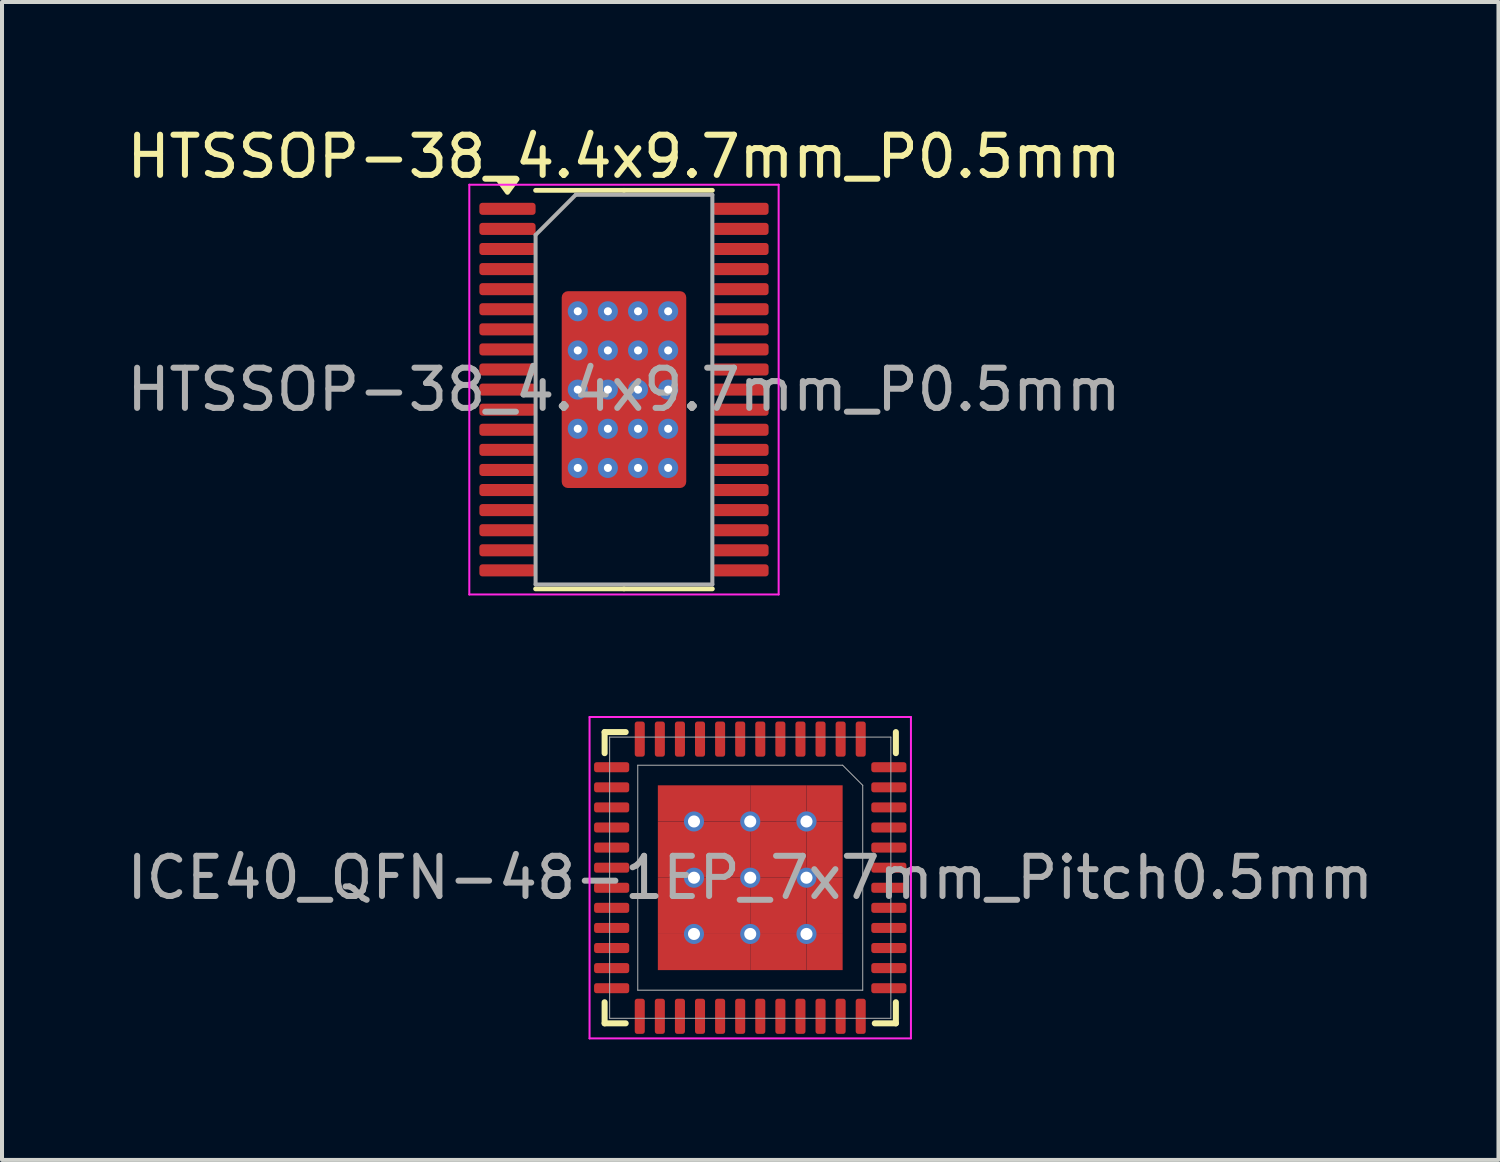
<source format=kicad_pcb>
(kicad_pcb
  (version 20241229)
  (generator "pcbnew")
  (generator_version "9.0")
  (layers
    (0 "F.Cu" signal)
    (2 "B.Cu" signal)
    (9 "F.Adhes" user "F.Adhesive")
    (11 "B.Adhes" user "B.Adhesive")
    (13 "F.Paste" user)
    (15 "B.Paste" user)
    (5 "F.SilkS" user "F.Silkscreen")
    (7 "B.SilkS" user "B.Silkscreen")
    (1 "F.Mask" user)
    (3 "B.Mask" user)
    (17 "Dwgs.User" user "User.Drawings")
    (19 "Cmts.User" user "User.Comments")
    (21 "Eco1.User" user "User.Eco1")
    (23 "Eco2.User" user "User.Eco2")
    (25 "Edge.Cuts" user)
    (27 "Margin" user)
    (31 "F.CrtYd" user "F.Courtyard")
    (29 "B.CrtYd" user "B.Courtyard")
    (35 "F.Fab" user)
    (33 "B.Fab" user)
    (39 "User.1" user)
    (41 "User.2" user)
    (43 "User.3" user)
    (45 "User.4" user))
  (footprint "ICE40_QFN-48-1EP_7x7mm_Pitch0.5mm"
    (layer "F.Cu")
    (at 15.625 18.798)
    (property "Reference" "ICE40_QFN-48-1EP_7x7mm_Pitch0.5mm" (at 0 0 0) (layer "F.Fab") (effects (font (size 1 1) (thickness 0.15))))
    (attr smd)
    (fp_line (start -3.625 -3.625) (end -3.625 -3.1) (stroke (width 0.15) (type solid)) (layer "F.SilkS"))
    (fp_line (start -3.625 -3.625) (end -3.1 -3.625) (stroke (width 0.15) (type solid)) (layer "F.SilkS"))
    (fp_line (start -3.625 3.625) (end -3.625 3.1) (stroke (width 0.15) (type solid)) (layer "F.SilkS"))
    (fp_line (start -3.625 3.625) (end -3.1 3.625) (stroke (width 0.15) (type solid)) (layer "F.SilkS"))
    (fp_line (start 3.625 -3.625) (end 3.625 -3.1) (stroke (width 0.15) (type solid)) (layer "F.SilkS"))
    (fp_line (start 3.625 3.625) (end 3.1 3.625) (stroke (width 0.15) (type solid)) (layer "F.SilkS"))
    (fp_line (start 3.625 3.625) (end 3.625 3.1) (stroke (width 0.15) (type solid)) (layer "F.SilkS"))
    (fp_line (start -4 -4) (end -4 4) (stroke (width 0.05) (type solid)) (layer "F.CrtYd"))
    (fp_line (start 4 -4) (end -4 -4) (stroke (width 0.05) (type solid)) (layer "F.CrtYd"))
    (fp_line (start 4 -4) (end 4 4) (stroke (width 0.05) (type solid)) (layer "F.CrtYd"))
    (fp_line (start 4 4) (end -4 4) (stroke (width 0.05) (type solid)) (layer "F.CrtYd"))
    (fp_line (start -3.5 -3.5) (end -3.5 3.5) (stroke (width 0.025) (type solid)) (layer "F.Fab"))
    (fp_line (start -3.5 3.5) (end 3.5 3.5) (stroke (width 0.025) (type solid)) (layer "F.Fab"))
    (fp_line (start -2.8 -2.8) (end 2.3 -2.8) (stroke (width 0.025) (type solid)) (layer "F.Fab"))
    (fp_line (start -2.8 2.8) (end -2.8 -2.8) (stroke (width 0.025) (type solid)) (layer "F.Fab"))
    (fp_line (start 2.3 -2.8) (end 2.8 -2.3) (stroke (width 0.025) (type solid)) (layer "F.Fab"))
    (fp_line (start 2.8 -2.3) (end 2.8 2.8) (stroke (width 0.025) (type solid)) (layer "F.Fab"))
    (fp_line (start 2.8 2.8) (end -2.8 2.8) (stroke (width 0.025) (type solid)) (layer "F.Fab"))
    (fp_line (start 3.5 -3.5) (end -3.5 -3.5) (stroke (width 0.025) (type solid)) (layer "F.Fab"))
    (fp_line (start 3.5 3.5) (end 3.5 -3.5) (stroke (width 0.025) (type solid)) (layer "F.Fab"))
    (pad "1" smd roundrect (at 2.75 -3.45 270) (size 0.875 0.25) (layers "F.Cu" "F.Mask" "F.Paste") (roundrect_rratio 0.25))
    (pad "2" smd roundrect (at 2.25 -3.45 270) (size 0.875 0.25) (layers "F.Cu" "F.Mask" "F.Paste") (roundrect_rratio 0.25))
    (pad "3" smd roundrect (at 1.75 -3.45 270) (size 0.875 0.25) (layers "F.Cu" "F.Mask" "F.Paste") (roundrect_rratio 0.25))
    (pad "4" smd roundrect (at 1.25 -3.45 270) (size 0.875 0.25) (layers "F.Cu" "F.Mask" "F.Paste") (roundrect_rratio 0.25))
    (pad "5" smd roundrect (at 0.75 -3.45 270) (size 0.875 0.25) (layers "F.Cu" "F.Mask" "F.Paste") (roundrect_rratio 0.25))
    (pad "6" smd roundrect (at 0.25 -3.45 270) (size 0.875 0.25) (layers "F.Cu" "F.Mask" "F.Paste") (roundrect_rratio 0.25))
    (pad "7" smd roundrect (at -0.25 -3.45 270) (size 0.875 0.25) (layers "F.Cu" "F.Mask" "F.Paste") (roundrect_rratio 0.25))
    (pad "8" smd roundrect (at -0.75 -3.45 270) (size 0.875 0.25) (layers "F.Cu" "F.Mask" "F.Paste") (roundrect_rratio 0.25))
    (pad "9" smd roundrect (at -1.25 -3.45 270) (size 0.875 0.25) (layers "F.Cu" "F.Mask" "F.Paste") (roundrect_rratio 0.25))
    (pad "10" smd roundrect (at -1.75 -3.45 270) (size 0.875 0.25) (layers "F.Cu" "F.Mask" "F.Paste") (roundrect_rratio 0.25))
    (pad "11" smd roundrect (at -2.25 -3.45 270) (size 0.875 0.25) (layers "F.Cu" "F.Mask" "F.Paste") (roundrect_rratio 0.25))
    (pad "12" smd roundrect (at -2.75 -3.45 270) (size 0.875 0.25) (layers "F.Cu" "F.Mask" "F.Paste") (roundrect_rratio 0.25))
    (pad "13" smd roundrect (at -3.45 -2.75) (size 0.875 0.25) (layers "F.Cu" "F.Mask" "F.Paste") (roundrect_rratio 0.25))
    (pad "14" smd roundrect (at -3.45 -2.25) (size 0.875 0.25) (layers "F.Cu" "F.Mask" "F.Paste") (roundrect_rratio 0.25))
    (pad "15" smd roundrect (at -3.45 -1.75) (size 0.875 0.25) (layers "F.Cu" "F.Mask" "F.Paste") (roundrect_rratio 0.25))
    (pad "16" smd roundrect (at -3.45 -1.25) (size 0.875 0.25) (layers "F.Cu" "F.Mask" "F.Paste") (roundrect_rratio 0.25))
    (pad "17" smd roundrect (at -3.45 -0.75) (size 0.875 0.25) (layers "F.Cu" "F.Mask" "F.Paste") (roundrect_rratio 0.25))
    (pad "18" smd roundrect (at -3.45 -0.25) (size 0.875 0.25) (layers "F.Cu" "F.Mask" "F.Paste") (roundrect_rratio 0.25))
    (pad "19" smd roundrect (at -3.45 0.25) (size 0.875 0.25) (layers "F.Cu" "F.Mask" "F.Paste") (roundrect_rratio 0.25))
    (pad "20" smd roundrect (at -3.45 0.75) (size 0.875 0.25) (layers "F.Cu" "F.Mask" "F.Paste") (roundrect_rratio 0.25))
    (pad "21" smd roundrect (at -3.45 1.25) (size 0.875 0.25) (layers "F.Cu" "F.Mask" "F.Paste") (roundrect_rratio 0.25))
    (pad "22" smd roundrect (at -3.45 1.75) (size 0.875 0.25) (layers "F.Cu" "F.Mask" "F.Paste") (roundrect_rratio 0.25))
    (pad "23" smd roundrect (at -3.45 2.25) (size 0.875 0.25) (layers "F.Cu" "F.Mask" "F.Paste") (roundrect_rratio 0.25))
    (pad "24" smd roundrect (at -3.45 2.75) (size 0.875 0.25) (layers "F.Cu" "F.Mask" "F.Paste") (roundrect_rratio 0.25))
    (pad "25" smd roundrect (at -2.75 3.45 270) (size 0.875 0.25) (layers "F.Cu" "F.Mask" "F.Paste") (roundrect_rratio 0.25))
    (pad "26" smd roundrect (at -2.25 3.45 270) (size 0.875 0.25) (layers "F.Cu" "F.Mask" "F.Paste") (roundrect_rratio 0.25))
    (pad "27" smd roundrect (at -1.75 3.45 270) (size 0.875 0.25) (layers "F.Cu" "F.Mask" "F.Paste") (roundrect_rratio 0.25))
    (pad "28" smd roundrect (at -1.25 3.45 270) (size 0.875 0.25) (layers "F.Cu" "F.Mask" "F.Paste") (roundrect_rratio 0.25))
    (pad "29" smd roundrect (at -0.75 3.45 270) (size 0.875 0.25) (layers "F.Cu" "F.Mask" "F.Paste") (roundrect_rratio 0.25))
    (pad "30" smd roundrect (at -0.25 3.45 270) (size 0.875 0.25) (layers "F.Cu" "F.Mask" "F.Paste") (roundrect_rratio 0.25))
    (pad "31" smd roundrect (at 0.25 3.45 270) (size 0.875 0.25) (layers "F.Cu" "F.Mask" "F.Paste") (roundrect_rratio 0.25))
    (pad "32" smd roundrect (at 0.75 3.45 270) (size 0.875 0.25) (layers "F.Cu" "F.Mask" "F.Paste") (roundrect_rratio 0.25))
    (pad "33" smd roundrect (at 1.25 3.45 270) (size 0.875 0.25) (layers "F.Cu" "F.Mask" "F.Paste") (roundrect_rratio 0.25))
    (pad "34" smd roundrect (at 1.75 3.45 270) (size 0.875 0.25) (layers "F.Cu" "F.Mask" "F.Paste") (roundrect_rratio 0.25))
    (pad "35" smd roundrect (at 2.25 3.45 270) (size 0.875 0.25) (layers "F.Cu" "F.Mask" "F.Paste") (roundrect_rratio 0.25))
    (pad "36" smd roundrect (at 2.75 3.45 270) (size 0.875 0.25) (layers "F.Cu" "F.Mask" "F.Paste") (roundrect_rratio 0.25))
    (pad "37" smd roundrect (at 3.45 2.75) (size 0.875 0.25) (layers "F.Cu" "F.Mask" "F.Paste") (roundrect_rratio 0.25))
    (pad "38" smd roundrect (at 3.45 2.25) (size 0.875 0.25) (layers "F.Cu" "F.Mask" "F.Paste") (roundrect_rratio 0.25))
    (pad "39" smd roundrect (at 3.45 1.75) (size 0.875 0.25) (layers "F.Cu" "F.Mask" "F.Paste") (roundrect_rratio 0.25))
    (pad "40" smd roundrect (at 3.45 1.25) (size 0.875 0.25) (layers "F.Cu" "F.Mask" "F.Paste") (roundrect_rratio 0.25))
    (pad "41" smd roundrect (at 3.45 0.75) (size 0.875 0.25) (layers "F.Cu" "F.Mask" "F.Paste") (roundrect_rratio 0.25))
    (pad "42" smd roundrect (at 3.45 0.25) (size 0.875 0.25) (layers "F.Cu" "F.Mask" "F.Paste") (roundrect_rratio 0.25))
    (pad "43" smd roundrect (at 3.45 -0.25) (size 0.875 0.25) (layers "F.Cu" "F.Mask" "F.Paste") (roundrect_rratio 0.25))
    (pad "44" smd roundrect (at 3.45 -0.75) (size 0.875 0.25) (layers "F.Cu" "F.Mask" "F.Paste") (roundrect_rratio 0.25))
    (pad "45" smd roundrect (at 3.45 -1.25) (size 0.875 0.25) (layers "F.Cu" "F.Mask" "F.Paste") (roundrect_rratio 0.25))
    (pad "46" smd roundrect (at 3.45 -1.75) (size 0.875 0.25) (layers "F.Cu" "F.Mask" "F.Paste") (roundrect_rratio 0.25))
    (pad "47" smd roundrect (at 3.45 -2.25) (size 0.875 0.25) (layers "F.Cu" "F.Mask" "F.Paste") (roundrect_rratio 0.25))
    (pad "48" smd roundrect (at 3.45 -2.75) (size 0.875 0.25) (layers "F.Cu" "F.Mask" "F.Paste") (roundrect_rratio 0.25))
    (pad "49" smd rect (at -1.85 -1.85 270) (size 0.9 0.9) (layers "F.Cu" "F.Mask" "F.Paste"))
    (pad "49" smd rect (at -1.85 -0.7) (size 0.9 1.4) (layers "F.Cu" "F.Mask" "F.Paste"))
    (pad "49" smd rect (at -1.85 0.7) (size 0.9 1.4) (layers "F.Cu" "F.Mask" "F.Paste"))
    (pad "49" smd rect (at -1.85 1.85) (size 0.9 0.9) (layers "F.Cu" "F.Mask" "F.Paste"))
    (pad "49" thru_hole circle (at -1.4 -1.4 270) (size 0.5 0.5) (drill 0.3) (layers "*.Cu"))
    (pad "49" thru_hole circle (at -1.4 1.4 270) (size 0.5 0.5) (drill 0.3) (layers "*.Cu"))
    (pad "49" thru_hole circle (at -1.4 0 270) (size 0.5 0.5) (drill 0.3) (layers "*.Cu"))
    (pad "49" smd rect (at -0.7 -1.85) (size 1.4 0.9) (layers "F.Cu" "F.Mask" "F.Paste"))
    (pad "49" smd rect (at -0.7 -0.7 270) (size 1.4 1.4) (layers "F.Cu" "F.Mask" "F.Paste"))
    (pad "49" smd rect (at -0.7 0.7 270) (size 1.4 1.4) (layers "F.Cu" "F.Mask" "F.Paste"))
    (pad "49" smd rect (at -0.7 1.85) (size 1.4 0.9) (layers "F.Cu" "F.Mask" "F.Paste"))
    (pad "49" thru_hole circle (at 0 -1.4 270) (size 0.5 0.5) (drill 0.3) (layers "*.Cu"))
    (pad "49" thru_hole circle (at 0 0 270) (size 0.5 0.5) (drill 0.3) (layers "*.Cu"))
    (pad "49" thru_hole circle (at 0 1.4 270) (size 0.5 0.5) (drill 0.3) (layers "*.Cu"))
    (pad "49" smd rect (at 0.7 -1.85) (size 1.4 0.9) (layers "F.Cu" "F.Mask" "F.Paste"))
    (pad "49" smd rect (at 0.7 -0.7 270) (size 1.4 1.4) (layers "F.Cu" "F.Mask" "F.Paste"))
    (pad "49" smd rect (at 0.7 0.7 270) (size 1.4 1.4) (layers "F.Cu" "F.Mask" "F.Paste"))
    (pad "49" smd rect (at 0.7 1.85) (size 1.4 0.9) (layers "F.Cu" "F.Mask" "F.Paste"))
    (pad "49" thru_hole circle (at 1.4 0 270) (size 0.5 0.5) (drill 0.3) (layers "*.Cu"))
    (pad "49" thru_hole circle (at 1.4 -1.4 270) (size 0.5 0.5) (drill 0.3) (layers "*.Cu"))
    (pad "49" thru_hole circle (at 1.4 1.4 270) (size 0.5 0.5) (drill 0.3) (layers "*.Cu"))
    (pad "49" smd rect (at 1.85 -1.85) (size 0.9 0.9) (layers "F.Cu" "F.Mask" "F.Paste"))
    (pad "49" smd rect (at 1.85 -0.7) (size 0.9 1.4) (layers "F.Cu" "F.Mask" "F.Paste"))
    (pad "49" smd rect (at 1.85 0.7) (size 0.9 1.4) (layers "F.Cu" "F.Mask" "F.Paste"))
    (pad "49" smd rect (at 1.85 1.85) (size 0.9 0.9) (layers "F.Cu" "F.Mask" "F.Paste")))
  (footprint "HTSSOP-38_4.4x9.7mm_P0.5mm"
    (layer "F.Cu")
    (at 12.482 6.648)
    (property "Reference" "HTSSOP-38_4.4x9.7mm_P0.5mm" (at 0 -5.8 0) (layer "F.SilkS") (effects (font (size 1 1) (thickness 0.15))))
    (attr smd)
    (fp_line (start 0 -4.96) (end -2.2 -4.96) (stroke (width 0.12) (type solid)) (layer "F.SilkS"))
    (fp_line (start 0 -4.96) (end 2.2 -4.96) (stroke (width 0.12) (type solid)) (layer "F.SilkS"))
    (fp_line (start 0 4.96) (end -2.2 4.96) (stroke (width 0.12) (type solid)) (layer "F.SilkS"))
    (fp_line (start 0 4.96) (end 2.2 4.96) (stroke (width 0.12) (type solid)) (layer "F.SilkS"))
    (fp_poly (pts (xy -2.9 -4.91) (xy -3.14 -5.24) (xy -2.66 -5.24) (xy -2.9 -4.91)) (stroke (width 0.12) (type solid)) (fill yes) (layer "F.SilkS"))
    (fp_line (start -3.85 -5.1) (end -3.85 5.1) (stroke (width 0.05) (type solid)) (layer "F.CrtYd"))
    (fp_line (start -3.85 5.1) (end 3.85 5.1) (stroke (width 0.05) (type solid)) (layer "F.CrtYd"))
    (fp_line (start 3.85 -5.1) (end -3.85 -5.1) (stroke (width 0.05) (type solid)) (layer "F.CrtYd"))
    (fp_line (start 3.85 5.1) (end 3.85 -5.1) (stroke (width 0.05) (type solid)) (layer "F.CrtYd"))
    (fp_line (start -2.2 -3.85) (end -1.2 -4.85) (stroke (width 0.1) (type solid)) (layer "F.Fab"))
    (fp_line (start -2.2 4.85) (end -2.2 -3.85) (stroke (width 0.1) (type solid)) (layer "F.Fab"))
    (fp_line (start -1.2 -4.85) (end 2.2 -4.85) (stroke (width 0.1) (type solid)) (layer "F.Fab"))
    (fp_line (start 2.2 -4.85) (end 2.2 4.85) (stroke (width 0.1) (type solid)) (layer "F.Fab"))
    (fp_line (start 2.2 4.85) (end -2.2 4.85) (stroke (width 0.1) (type solid)) (layer "F.Fab"))
    (fp_text user "${REFERENCE}" (at 0 0 0) (layer "F.Fab") (effects (font (size 1 1) (thickness 0.15))))
    (pad "" smd roundrect (at -0.7 -1.5 90) (size 0.75 1.05) (property pad_prop_heatsink) (layers "F.Paste") (roundrect_rratio 0.05))
    (pad "" smd roundrect (at -0.7 -0.4 90) (size 0.75 1.05) (property pad_prop_heatsink) (layers "F.Paste") (roundrect_rratio 0.05))
    (pad "" smd roundrect (at -0.7 0.5 90) (size 0.75 1.05) (property pad_prop_heatsink) (layers "F.Paste") (roundrect_rratio 0.05))
    (pad "" smd roundrect (at -0.7 1.5 90) (size 0.75 1.05) (property pad_prop_heatsink) (layers "F.Paste") (roundrect_rratio 0.05))
    (pad "" smd roundrect (at 0.7 -1.5 90) (size 0.75 1.05) (property pad_prop_heatsink) (layers "F.Paste") (roundrect_rratio 0.05))
    (pad "" smd roundrect (at 0.7 -0.4 90) (size 0.75 1.05) (property pad_prop_heatsink) (layers "F.Paste") (roundrect_rratio 0.05))
    (pad "" smd roundrect (at 0.7 0.5 90) (size 0.75 1.05) (property pad_prop_heatsink) (layers "F.Paste") (roundrect_rratio 0.05))
    (pad "" smd roundrect (at 0.7 1.5 90) (size 0.75 1.05) (property pad_prop_heatsink) (layers "F.Paste") (roundrect_rratio 0.05))
    (pad "1" smd roundrect (at -2.9 -4.5) (size 1.4 0.3) (layers "F.Cu" "F.Mask" "F.Paste") (roundrect_rratio 0.25))
    (pad "2" smd roundrect (at -2.9 -4) (size 1.4 0.3) (layers "F.Cu" "F.Mask" "F.Paste") (roundrect_rratio 0.25))
    (pad "3" smd roundrect (at -2.9 -3.5) (size 1.4 0.3) (layers "F.Cu" "F.Mask" "F.Paste") (roundrect_rratio 0.25))
    (pad "4" smd roundrect (at -2.9 -3) (size 1.4 0.3) (layers "F.Cu" "F.Mask" "F.Paste") (roundrect_rratio 0.25))
    (pad "5" smd roundrect (at -2.9 -2.5) (size 1.4 0.3) (layers "F.Cu" "F.Mask" "F.Paste") (roundrect_rratio 0.25))
    (pad "6" smd roundrect (at -2.9 -2) (size 1.4 0.3) (layers "F.Cu" "F.Mask" "F.Paste") (roundrect_rratio 0.25))
    (pad "7" smd roundrect (at -2.9 -1.5) (size 1.4 0.3) (layers "F.Cu" "F.Mask" "F.Paste") (roundrect_rratio 0.25))
    (pad "8" smd roundrect (at -2.9 -1) (size 1.4 0.3) (layers "F.Cu" "F.Mask" "F.Paste") (roundrect_rratio 0.25))
    (pad "9" smd roundrect (at -2.9 -0.5) (size 1.4 0.3) (layers "F.Cu" "F.Mask" "F.Paste") (roundrect_rratio 0.25))
    (pad "10" smd roundrect (at -2.9 0) (size 1.4 0.3) (layers "F.Cu" "F.Mask" "F.Paste") (roundrect_rratio 0.25))
    (pad "11" smd roundrect (at -2.9 0.5) (size 1.4 0.3) (layers "F.Cu" "F.Mask" "F.Paste") (roundrect_rratio 0.25))
    (pad "12" smd roundrect (at -2.9 1) (size 1.4 0.3) (layers "F.Cu" "F.Mask" "F.Paste") (roundrect_rratio 0.25))
    (pad "13" smd roundrect (at -2.9 1.5) (size 1.4 0.3) (layers "F.Cu" "F.Mask" "F.Paste") (roundrect_rratio 0.25))
    (pad "14" smd roundrect (at -2.9 2) (size 1.4 0.3) (layers "F.Cu" "F.Mask" "F.Paste") (roundrect_rratio 0.25))
    (pad "15" smd roundrect (at -2.9 2.5) (size 1.4 0.3) (layers "F.Cu" "F.Mask" "F.Paste") (roundrect_rratio 0.25))
    (pad "16" smd roundrect (at -2.9 3) (size 1.4 0.3) (layers "F.Cu" "F.Mask" "F.Paste") (roundrect_rratio 0.25))
    (pad "17" smd roundrect (at -2.9 3.5) (size 1.4 0.3) (layers "F.Cu" "F.Mask" "F.Paste") (roundrect_rratio 0.25))
    (pad "18" smd roundrect (at -2.9 4) (size 1.4 0.3) (layers "F.Cu" "F.Mask" "F.Paste") (roundrect_rratio 0.25))
    (pad "19" smd roundrect (at -2.9 4.5) (size 1.4 0.3) (layers "F.Cu" "F.Mask" "F.Paste") (roundrect_rratio 0.25))
    (pad "20" smd roundrect (at 2.9 4.5) (size 1.4 0.3) (layers "F.Cu" "F.Mask" "F.Paste") (roundrect_rratio 0.25))
    (pad "21" smd roundrect (at 2.9 4) (size 1.4 0.3) (layers "F.Cu" "F.Mask" "F.Paste") (roundrect_rratio 0.25))
    (pad "22" smd roundrect (at 2.9 3.5) (size 1.4 0.3) (layers "F.Cu" "F.Mask" "F.Paste") (roundrect_rratio 0.25))
    (pad "23" smd roundrect (at 2.9 3) (size 1.4 0.3) (layers "F.Cu" "F.Mask" "F.Paste") (roundrect_rratio 0.25))
    (pad "24" smd roundrect (at 2.9 2.5) (size 1.4 0.3) (layers "F.Cu" "F.Mask" "F.Paste") (roundrect_rratio 0.25))
    (pad "25" smd roundrect (at 2.9 2) (size 1.4 0.3) (layers "F.Cu" "F.Mask" "F.Paste") (roundrect_rratio 0.25))
    (pad "26" smd roundrect (at 2.9 1.5) (size 1.4 0.3) (layers "F.Cu" "F.Mask" "F.Paste") (roundrect_rratio 0.25))
    (pad "27" smd roundrect (at 2.9 1) (size 1.4 0.3) (layers "F.Cu" "F.Mask" "F.Paste") (roundrect_rratio 0.25))
    (pad "28" smd roundrect (at 2.9 0.5) (size 1.4 0.3) (layers "F.Cu" "F.Mask" "F.Paste") (roundrect_rratio 0.25))
    (pad "29" smd roundrect (at 2.9 0) (size 1.4 0.3) (layers "F.Cu" "F.Mask" "F.Paste") (roundrect_rratio 0.25))
    (pad "30" smd roundrect (at 2.9 -0.5) (size 1.4 0.3) (layers "F.Cu" "F.Mask" "F.Paste") (roundrect_rratio 0.25))
    (pad "31" smd roundrect (at 2.9 -1) (size 1.4 0.3) (layers "F.Cu" "F.Mask" "F.Paste") (roundrect_rratio 0.25))
    (pad "32" smd roundrect (at 2.9 -1.5) (size 1.4 0.3) (layers "F.Cu" "F.Mask" "F.Paste") (roundrect_rratio 0.25))
    (pad "33" smd roundrect (at 2.9 -2) (size 1.4 0.3) (layers "F.Cu" "F.Mask" "F.Paste") (roundrect_rratio 0.25))
    (pad "34" smd roundrect (at 2.9 -2.5) (size 1.4 0.3) (layers "F.Cu" "F.Mask" "F.Paste") (roundrect_rratio 0.25))
    (pad "35" smd roundrect (at 2.9 -3) (size 1.4 0.3) (layers "F.Cu" "F.Mask" "F.Paste") (roundrect_rratio 0.25))
    (pad "36" smd roundrect (at 2.9 -3.5) (size 1.4 0.3) (layers "F.Cu" "F.Mask" "F.Paste") (roundrect_rratio 0.25))
    (pad "37" smd roundrect (at 2.9 -4) (size 1.4 0.3) (layers "F.Cu" "F.Mask" "F.Paste") (roundrect_rratio 0.25))
    (pad "38" smd roundrect (at 2.9 -4.5) (size 1.4 0.3) (layers "F.Cu" "F.Mask" "F.Paste") (roundrect_rratio 0.25))
    (pad "39" thru_hole circle (at -1.15 -1.95) (size 0.5 0.5) (drill 0.2) (property pad_prop_heatsink) (layers "*.Cu"))
    (pad "39" thru_hole circle (at -1.15 -0.975) (size 0.5 0.5) (drill 0.2) (property pad_prop_heatsink) (layers "*.Cu"))
    (pad "39" thru_hole circle (at -1.15 0) (size 0.5 0.5) (drill 0.2) (property pad_prop_heatsink) (layers "*.Cu"))
    (pad "39" thru_hole circle (at -1.15 0.975) (size 0.5 0.5) (drill 0.2) (property pad_prop_heatsink) (layers "*.Cu"))
    (pad "39" thru_hole circle (at -1.15 1.95) (size 0.5 0.5) (drill 0.2) (property pad_prop_heatsink) (layers "*.Cu"))
    (pad "39" thru_hole circle (at -0.4 -1.95) (size 0.5 0.5) (drill 0.2) (property pad_prop_heatsink) (layers "*.Cu"))
    (pad "39" thru_hole circle (at -0.4 -0.975) (size 0.5 0.5) (drill 0.2) (property pad_prop_heatsink) (layers "*.Cu"))
    (pad "39" thru_hole circle (at -0.4 0) (size 0.5 0.5) (drill 0.2) (property pad_prop_heatsink) (layers "*.Cu"))
    (pad "39" thru_hole circle (at -0.4 0.975) (size 0.5 0.5) (drill 0.2) (property pad_prop_heatsink) (layers "*.Cu"))
    (pad "39" thru_hole circle (at -0.4 1.95) (size 0.5 0.5) (drill 0.2) (property pad_prop_heatsink) (layers "*.Cu"))
    (pad "39" smd roundrect (at 0 0) (size 3.1 4.9) (property pad_prop_heatsink) (layers "F.Cu" "F.Mask") (roundrect_rratio 0.05))
    (pad "39" thru_hole circle (at 0.35 -1.95) (size 0.5 0.5) (drill 0.2) (property pad_prop_heatsink) (layers "*.Cu"))
    (pad "39" thru_hole circle (at 0.35 -0.975) (size 0.5 0.5) (drill 0.2) (property pad_prop_heatsink) (layers "*.Cu"))
    (pad "39" thru_hole circle (at 0.35 0) (size 0.5 0.5) (drill 0.2) (property pad_prop_heatsink) (layers "*.Cu"))
    (pad "39" thru_hole circle (at 0.35 0.975) (size 0.5 0.5) (drill 0.2) (property pad_prop_heatsink) (layers "*.Cu"))
    (pad "39" thru_hole circle (at 0.35 1.95) (size 0.5 0.5) (drill 0.2) (property pad_prop_heatsink) (layers "*.Cu"))
    (pad "39" thru_hole circle (at 1.1 -1.95) (size 0.5 0.5) (drill 0.2) (property pad_prop_heatsink) (layers "*.Cu"))
    (pad "39" thru_hole circle (at 1.1 -0.975) (size 0.5 0.5) (drill 0.2) (property pad_prop_heatsink) (layers "*.Cu"))
    (pad "39" thru_hole circle (at 1.1 0) (size 0.5 0.5) (drill 0.2) (property pad_prop_heatsink) (layers "*.Cu"))
    (pad "39" thru_hole circle (at 1.1 0.975) (size 0.5 0.5) (drill 0.2) (property pad_prop_heatsink) (layers "*.Cu"))
    (pad "39" thru_hole circle (at 1.1 1.95) (size 0.5 0.5) (drill 0.2) (property pad_prop_heatsink) (layers "*.Cu")))
  (gr_rect
    (start -3 -3)
    (end 34.25 25.823)
    (stroke (width 0.1) (type default))
    (fill no)
    (layer "Edge.Cuts")))
</source>
